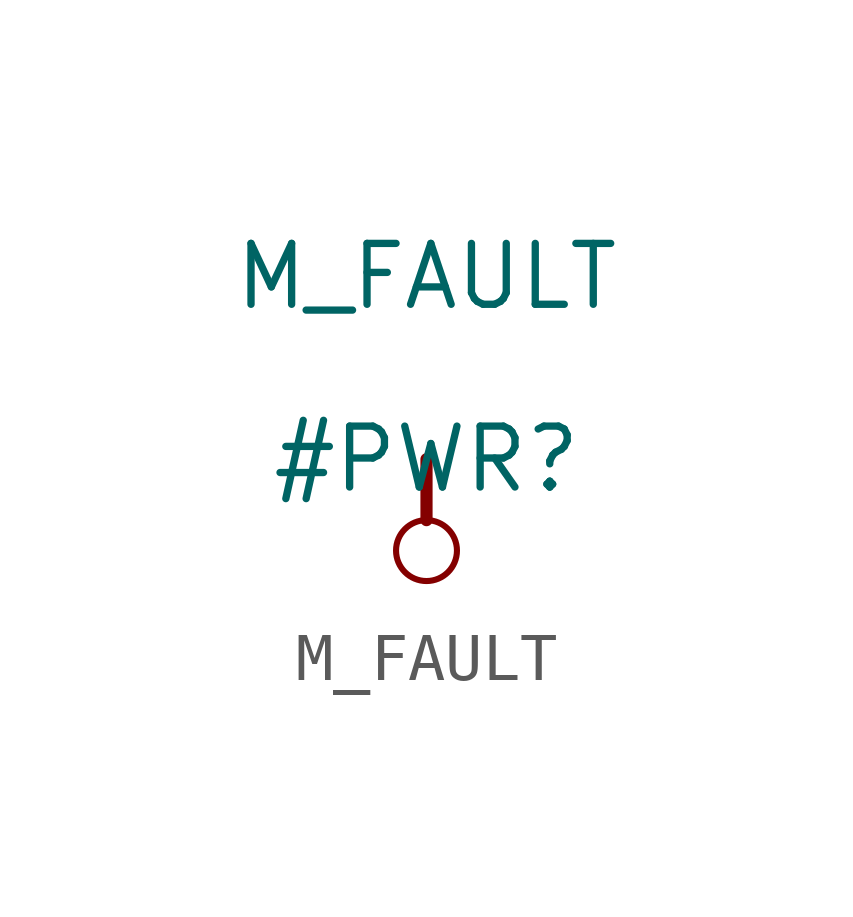
<source format=kicad_sym>
(kicad_symbol_lib
  (version 20211014)
  (generator kicad_symbol_editor)
  (symbol "M_FAULT"
    (power)
    (property "Reference" "#PWR"
      (at 0 0 0)
      (effects (font (size 1.27 1.27))))
    (property "Value" "M_FAULT"
      (at 0 3.81 0)
      (effects (font (size 1.27 1.27))))
    (symbol "M_FAULT_0_0"
      (circle (center 0 -1.905) (radius 0.635) (stroke (width 0.127) (type default) (color 0 0 0 0)) (fill (type none)))
      (polyline (pts (xy 0 0) (xy 0 -1.27)) (stroke (width 0.254) (type default) (color 0 0 0 0)) (fill (type none)))
      (pin power_in line (at 0 0 0) (length 0) hide (name "M_FAULT" (effects (font (size 1.27 1.27)))) (number "" (effects (font (size 1.27 1.27))))))))
</source>
